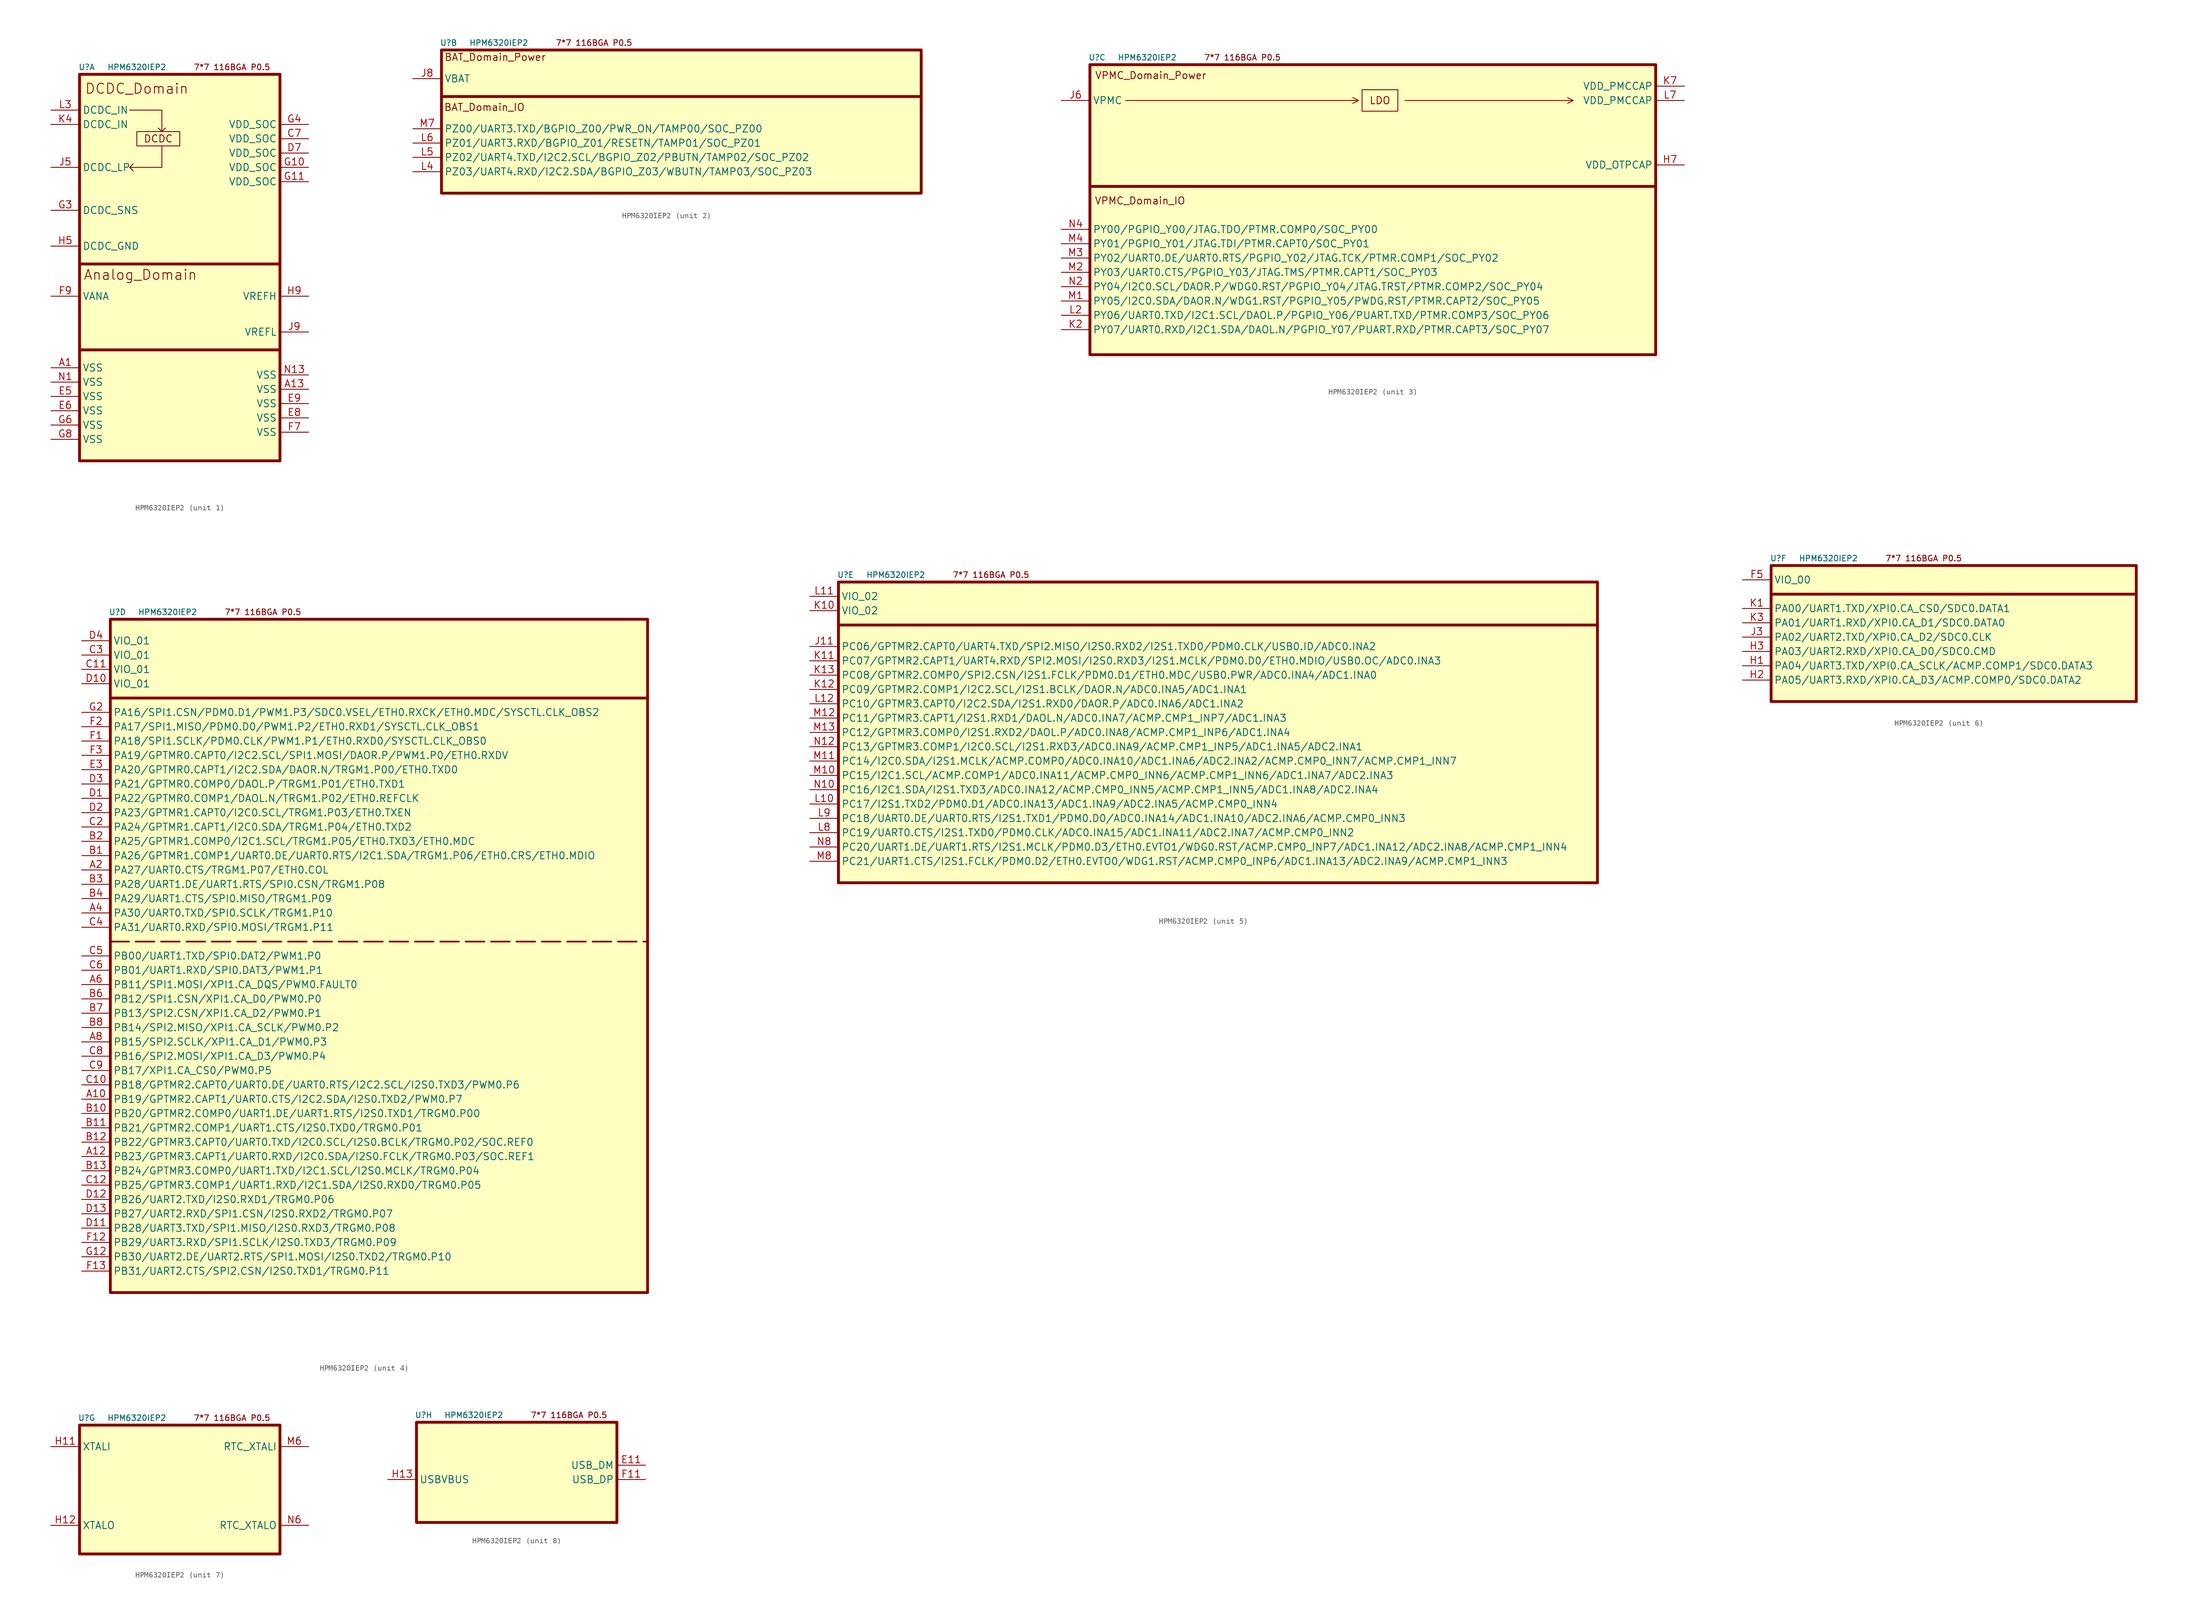
<source format=kicad_sym>
(kicad_symbol_lib
  (version 20220914)
  (generator kicad_symbol_editor)
  (symbol "HPM6320IEP2"
    (property "Reference" "U"
      (at 1.27 1.27 0)
      (effects (font (size 1 1))))
    (property "Value" "HPM6320IEP2"
      (at 10.16 1.27 0)
      (effects (font (size 1 1))))
    (property "ki_locked" ""
      (at 0 0 0)
      (effects (font (size 1.27 1.27))))
    (symbol "HPM6320IEP2_0_0"
      (text " 7*7 116BGA P0.5" (at 26.67 1.27 0) (effects (font (size 1.016 1.016)))))
    (symbol "HPM6320IEP2_1_1"
      (polyline (pts (xy 0 -48.895) (xy 35.56 -48.895)) (stroke (width 0.508) (type default)) (fill (type none)))
      (polyline (pts (xy 0 -33.655) (xy 35.56 -33.655) (xy 35.56 -33.655)) (stroke (width 0.508) (type default)) (fill (type none)))
      (polyline (pts (xy 8.89 -6.35) (xy 14.605 -6.35) (xy 14.605 -10.16) (xy 13.97 -9.525) (xy 14.605 -10.16) (xy 15.24 -9.525)) (stroke (width 0) (type default)) (fill (type none)))
      (polyline (pts (xy 14.605 -12.7) (xy 14.605 -16.51) (xy 8.89 -16.51) (xy 9.525 -15.875) (xy 8.89 -16.51) (xy 9.525 -17.145)) (stroke (width 0) (type default)) (fill (type none)))
      (rectangle (start 0 0) (end 35.56 -68.58) (stroke (width 0.508) (type default)) (fill (type background)))
      (rectangle (start 10.16 -10.16) (end 17.78 -12.7) (stroke (width 0) (type default)) (fill (type none)))
      (text "Analog_Domain" (at 10.795 -35.56 0) (effects (font (size 1.778 1.778))))
      (text "DCDC" (at 13.97 -11.43 0) (effects (font (size 1.27 1.27))))
      (text "DCDC_Domain" (at 10.16 -2.54 0) (effects (font (size 1.778 1.778))))
      (pin power_out line (at -5.08 -52.07 0) (length 5.08) (name "VSS" (effects (font (size 1.27 1.27)))) (number "A1" (effects (font (size 1.27 1.27)))))
      (pin power_out line (at 40.64 -55.88 180) (length 5.08) (name "VSS" (effects (font (size 1.27 1.27)))) (number "A13" (effects (font (size 1.27 1.27)))))
      (pin power_in line (at 40.64 -11.43 180) (length 5.08) (name "VDD_SOC" (effects (font (size 1.27 1.27)))) (number "C7" (effects (font (size 1.27 1.27)))))
      (pin power_in line (at 40.64 -13.97 180) (length 5.08) (name "VDD_SOC" (effects (font (size 1.27 1.27)))) (number "D7" (effects (font (size 1.27 1.27)))))
      (pin power_out line (at -5.08 -57.15 0) (length 5.08) (name "VSS" (effects (font (size 1.27 1.27)))) (number "E5" (effects (font (size 1.27 1.27)))))
      (pin power_out line (at -5.08 -59.69 0) (length 5.08) (name "VSS" (effects (font (size 1.27 1.27)))) (number "E6" (effects (font (size 1.27 1.27)))))
      (pin power_out line (at 40.64 -60.96 180) (length 5.08) (name "VSS" (effects (font (size 1.27 1.27)))) (number "E8" (effects (font (size 1.27 1.27)))))
      (pin power_out line (at 40.64 -58.42 180) (length 5.08) (name "VSS" (effects (font (size 1.27 1.27)))) (number "E9" (effects (font (size 1.27 1.27)))))
      (pin power_out line (at 40.64 -63.5 180) (length 5.08) (name "VSS" (effects (font (size 1.27 1.27)))) (number "F7" (effects (font (size 1.27 1.27)))))
      (pin power_in line (at -5.08 -39.37 0) (length 5.08) (name "VANA" (effects (font (size 1.27 1.27)))) (number "F9" (effects (font (size 1.27 1.27)))))
      (pin power_in line (at 40.64 -16.51 180) (length 5.08) (name "VDD_SOC" (effects (font (size 1.27 1.27)))) (number "G10" (effects (font (size 1.27 1.27)))))
      (pin power_in line (at 40.64 -19.05 180) (length 5.08) (name "VDD_SOC" (effects (font (size 1.27 1.27)))) (number "G11" (effects (font (size 1.27 1.27)))))
      (pin input line (at -5.08 -24.13 0) (length 5.08) (name "DCDC_SNS" (effects (font (size 1.27 1.27)))) (number "G3" (effects (font (size 1.27 1.27)))))
      (pin power_in line (at 40.64 -8.89 180) (length 5.08) (name "VDD_SOC" (effects (font (size 1.27 1.27)))) (number "G4" (effects (font (size 1.27 1.27)))))
      (pin power_out line (at -5.08 -62.23 0) (length 5.08) (name "VSS" (effects (font (size 1.27 1.27)))) (number "G6" (effects (font (size 1.27 1.27)))))
      (pin power_out line (at -5.08 -64.77 0) (length 5.08) (name "VSS" (effects (font (size 1.27 1.27)))) (number "G8" (effects (font (size 1.27 1.27)))))
      (pin power_out line (at -5.08 -30.48 0) (length 5.08) (name "DCDC_GND" (effects (font (size 1.27 1.27)))) (number "H5" (effects (font (size 1.27 1.27)))))
      (pin power_in line (at 40.64 -39.37 180) (length 5.08) (name "VREFH" (effects (font (size 1.27 1.27)))) (number "H9" (effects (font (size 1.27 1.27)))))
      (pin power_out line (at -5.08 -16.51 0) (length 5.08) (name "DCDC_LP" (effects (font (size 1.27 1.27)))) (number "J5" (effects (font (size 1.27 1.27)))))
      (pin power_out line (at 40.64 -45.72 180) (length 5.08) (name "VREFL" (effects (font (size 1.27 1.27)))) (number "J9" (effects (font (size 1.27 1.27)))))
      (pin power_in line (at -5.08 -8.89 0) (length 5.08) (name "DCDC_IN" (effects (font (size 1.27 1.27)))) (number "K4" (effects (font (size 1.27 1.27)))))
      (pin power_in line (at -5.08 -6.35 0) (length 5.08) (name "DCDC_IN" (effects (font (size 1.27 1.27)))) (number "L3" (effects (font (size 1.27 1.27)))))
      (pin power_out line (at -5.08 -54.61 0) (length 5.08) (name "VSS" (effects (font (size 1.27 1.27)))) (number "N1" (effects (font (size 1.27 1.27)))))
      (pin power_out line (at 40.64 -53.34 180) (length 5.08) (name "VSS" (effects (font (size 1.27 1.27)))) (number "N13" (effects (font (size 1.27 1.27))))))
    (symbol "HPM6320IEP2_2_0"
      (polyline (pts (xy 0 -8.255) (xy 85.09 -8.255) (xy 74.295 -8.255)) (stroke (width 0.508) (type default)) (fill (type none))))
    (symbol "HPM6320IEP2_2_1"
      (rectangle (start 0 0) (end 85.09 -25.4) (stroke (width 0.508) (type default)) (fill (type background)))
      (text "BAT_Domain_IO" (at 7.62 -10.16 0) (effects (font (size 1.27 1.27))))
      (text "BAT_Domain_Power" (at 9.525 -1.27 0) (effects (font (size 1.27 1.27))))
      (pin power_in line (at -5.08 -5.08 0) (length 5.08) (name "VBAT" (effects (font (size 1.27 1.27)))) (number "J8" (effects (font (size 1.27 1.27)))))
      (pin bidirectional line (at -5.08 -21.59 0) (length 5.08) (name "PZ03/UART4.RXD/I2C2.SDA/BGPIO_Z03/WBUTN/TAMP03/SOC_PZ03" (effects (font (size 1.27 1.27)))) (number "L4" (effects (font (size 1.27 1.27)))))
      (pin bidirectional line (at -5.08 -19.05 0) (length 5.08) (name "PZ02/UART4.TXD/I2C2.SCL/BGPIO_Z02/PBUTN/TAMP02/SOC_PZ02" (effects (font (size 1.27 1.27)))) (number "L5" (effects (font (size 1.27 1.27)))))
      (pin bidirectional line (at -5.08 -16.51 0) (length 5.08) (name "PZ01/UART3.RXD/BGPIO_Z01/RESETN/TAMP01/SOC_PZ01" (effects (font (size 1.27 1.27)))) (number "L6" (effects (font (size 1.27 1.27)))))
      (pin bidirectional line (at -5.08 -13.97 0) (length 5.08) (name "PZ00/UART3.TXD/BGPIO_Z00/PWR_ON/TAMP00/SOC_PZ00" (effects (font (size 1.27 1.27)))) (number "M7" (effects (font (size 1.27 1.27))))))
    (symbol "HPM6320IEP2_3_0"
      (polyline (pts (xy 0 -21.59) (xy 100.33 -21.59) (xy 57.785 -21.59)) (stroke (width 0.508) (type default)) (fill (type none)))
      (polyline (pts (xy 6.35 -6.35) (xy 47.625 -6.35) (xy 46.609 -5.842) (xy 47.625 -6.35) (xy 46.609 -6.858)) (stroke (width 0) (type default)) (fill (type none)))
      (polyline (pts (xy 55.88 -6.35) (xy 85.725 -6.35) (xy 84.709 -5.842) (xy 85.725 -6.35) (xy 84.709 -6.858)) (stroke (width 0) (type default)) (fill (type none))))
    (symbol "HPM6320IEP2_3_1"
      (rectangle (start 0 0) (end 100.33 -51.435) (stroke (width 0.508) (type default)) (fill (type background)))
      (rectangle (start 48.26 -4.445) (end 54.61 -8.255) (stroke (width 0) (type default)) (fill (type none)))
      (text "LDO" (at 51.435 -6.35 0) (effects (font (size 1.27 1.27))))
      (text "VPMC_Domain_IO" (at 8.89 -24.13 0) (effects (font (size 1.27 1.27))))
      (text "VPMC_Domain_Power" (at 10.795 -1.905 0) (effects (font (size 1.27 1.27))))
      (pin power_out line (at 105.41 -17.78 180) (length 5.08) (name "VDD_OTPCAP" (effects (font (size 1.27 1.27)))) (number "H7" (effects (font (size 1.27 1.27)))))
      (pin power_in line (at -5.08 -6.35 0) (length 5.08) (name "VPMC" (effects (font (size 1.27 1.27)))) (number "J6" (effects (font (size 1.27 1.27)))))
      (pin bidirectional line (at -5.08 -46.99 0) (length 5.08) (name "PY07/UART0.RXD/I2C1.SDA/DAOL.N/PGPIO_Y07/PUART.RXD/PTMR.CAPT3/SOC_PY07" (effects (font (size 1.27 1.27)))) (number "K2" (effects (font (size 1.27 1.27)))))
      (pin power_out line (at 105.41 -3.81 180) (length 5.08) (name "VDD_PMCCAP" (effects (font (size 1.27 1.27)))) (number "K7" (effects (font (size 1.27 1.27)))))
      (pin bidirectional line (at -5.08 -44.45 0) (length 5.08) (name "PY06/UART0.TXD/I2C1.SCL/DAOL.P/PGPIO_Y06/PUART.TXD/PTMR.COMP3/SOC_PY06" (effects (font (size 1.27 1.27)))) (number "L2" (effects (font (size 1.27 1.27)))))
      (pin power_out line (at 105.41 -6.35 180) (length 5.08) (name "VDD_PMCCAP" (effects (font (size 1.27 1.27)))) (number "L7" (effects (font (size 1.27 1.27)))))
      (pin bidirectional line (at -5.08 -41.91 0) (length 5.08) (name "PY05/I2C0.SDA/DAOR.N/WDG1.RST/PGPIO_Y05/PWDG.RST/PTMR.CAPT2/SOC_PY05" (effects (font (size 1.27 1.27)))) (number "M1" (effects (font (size 1.27 1.27)))))
      (pin bidirectional line (at -5.08 -36.83 0) (length 5.08) (name "PY03/UART0.CTS/PGPIO_Y03/JTAG.TMS/PTMR.CAPT1/SOC_PY03" (effects (font (size 1.27 1.27)))) (number "M2" (effects (font (size 1.27 1.27)))))
      (pin bidirectional line (at -5.08 -34.29 0) (length 5.08) (name "PY02/UART0.DE/UART0.RTS/PGPIO_Y02/JTAG.TCK/PTMR.COMP1/SOC_PY02" (effects (font (size 1.27 1.27)))) (number "M3" (effects (font (size 1.27 1.27)))))
      (pin bidirectional line (at -5.08 -31.75 0) (length 5.08) (name "PY01/PGPIO_Y01/JTAG.TDI/PTMR.CAPT0/SOC_PY01" (effects (font (size 1.27 1.27)))) (number "M4" (effects (font (size 1.27 1.27)))))
      (pin bidirectional line (at -5.08 -39.37 0) (length 5.08) (name "PY04/I2C0.SCL/DAOR.P/WDG0.RST/PGPIO_Y04/JTAG.TRST/PTMR.COMP2/SOC_PY04" (effects (font (size 1.27 1.27)))) (number "N2" (effects (font (size 1.27 1.27)))))
      (pin bidirectional line (at -5.08 -29.21 0) (length 5.08) (name "PY00/PGPIO_Y00/JTAG.TDO/PTMR.COMP0/SOC_PY00" (effects (font (size 1.27 1.27)))) (number "N4" (effects (font (size 1.27 1.27))))))
    (symbol "HPM6320IEP2_4_1"
      (polyline (pts (xy 0 -57.15) (xy 95.25 -57.15)) (stroke (width 0.3) (type dash)) (fill (type none)))
      (polyline (pts (xy 0 -13.97) (xy 95.25 -13.97)) (stroke (width 0.5) (type default)) (fill (type none)))
      (rectangle (start 0 0) (end 95.25 -119.38) (stroke (width 0.5) (type default)) (fill (type background)))
      (pin bidirectional line (at -5.08 -85.09 0) (length 5.08) (name "PB19/GPTMR2.CAPT1/UART0.CTS/I2C2.SDA/I2S0.TXD2/PWM0.P7" (effects (font (size 1.27 1.27)))) (number "A10" (effects (font (size 1.27 1.27)))))
      (pin bidirectional line (at -5.08 -95.25 0) (length 5.08) (name "PB23/GPTMR3.CAPT1/UART0.RXD/I2C0.SDA/I2S0.FCLK/TRGM0.P03/SOC.REF1" (effects (font (size 1.27 1.27)))) (number "A12" (effects (font (size 1.27 1.27)))))
      (pin bidirectional line (at -5.08 -44.45 0) (length 5.08) (name "PA27/UART0.CTS/TRGM1.P07/ETH0.COL" (effects (font (size 1.27 1.27)))) (number "A2" (effects (font (size 1.27 1.27)))))
      (pin bidirectional line (at -5.08 -52.07 0) (length 5.08) (name "PA30/UART0.TXD/SPI0.SCLK/TRGM1.P10" (effects (font (size 1.27 1.27)))) (number "A4" (effects (font (size 1.27 1.27)))))
      (pin bidirectional line (at -5.08 -64.77 0) (length 5.08) (name "PB11/SPI1.MOSI/XPI1.CA_DQS/PWM0.FAULT0" (effects (font (size 1.27 1.27)))) (number "A6" (effects (font (size 1.27 1.27)))))
      (pin bidirectional line (at -5.08 -74.93 0) (length 5.08) (name "PB15/SPI2.SCLK/XPI1.CA_D1/PWM0.P3" (effects (font (size 1.27 1.27)))) (number "A8" (effects (font (size 1.27 1.27)))))
      (pin bidirectional line (at -5.08 -41.91 0) (length 5.08) (name "PA26/GPTMR1.COMP1/UART0.DE/UART0.RTS/I2C1.SDA/TRGM1.P06/ETH0.CRS/ETH0.MDIO" (effects (font (size 1.27 1.27)))) (number "B1" (effects (font (size 1.27 1.27)))))
      (pin bidirectional line (at -5.08 -87.63 0) (length 5.08) (name "PB20/GPTMR2.COMP0/UART1.DE/UART1.RTS/I2S0.TXD1/TRGM0.P00" (effects (font (size 1.27 1.27)))) (number "B10" (effects (font (size 1.27 1.27)))))
      (pin bidirectional line (at -5.08 -90.17 0) (length 5.08) (name "PB21/GPTMR2.COMP1/UART1.CTS/I2S0.TXD0/TRGM0.P01" (effects (font (size 1.27 1.27)))) (number "B11" (effects (font (size 1.27 1.27)))))
      (pin bidirectional line (at -5.08 -92.71 0) (length 5.08) (name "PB22/GPTMR3.CAPT0/UART0.TXD/I2C0.SCL/I2S0.BCLK/TRGM0.P02/SOC.REF0" (effects (font (size 1.27 1.27)))) (number "B12" (effects (font (size 1.27 1.27)))))
      (pin bidirectional line (at -5.08 -97.79 0) (length 5.08) (name "PB24/GPTMR3.COMP0/UART1.TXD/I2C1.SCL/I2S0.MCLK/TRGM0.P04" (effects (font (size 1.27 1.27)))) (number "B13" (effects (font (size 1.27 1.27)))))
      (pin bidirectional line (at -5.08 -39.37 0) (length 5.08) (name "PA25/GPTMR1.COMP0/I2C1.SCL/TRGM1.P05/ETH0.TXD3/ETH0.MDC" (effects (font (size 1.27 1.27)))) (number "B2" (effects (font (size 1.27 1.27)))))
      (pin bidirectional line (at -5.08 -46.99 0) (length 5.08) (name "PA28/UART1.DE/UART1.RTS/SPI0.CSN/TRGM1.P08" (effects (font (size 1.27 1.27)))) (number "B3" (effects (font (size 1.27 1.27)))))
      (pin bidirectional line (at -5.08 -49.53 0) (length 5.08) (name "PA29/UART1.CTS/SPI0.MISO/TRGM1.P09" (effects (font (size 1.27 1.27)))) (number "B4" (effects (font (size 1.27 1.27)))))
      (pin bidirectional line (at -5.08 -67.31 0) (length 5.08) (name "PB12/SPI1.CSN/XPI1.CA_D0/PWM0.P0" (effects (font (size 1.27 1.27)))) (number "B6" (effects (font (size 1.27 1.27)))))
      (pin bidirectional line (at -5.08 -69.85 0) (length 5.08) (name "PB13/SPI2.CSN/XPI1.CA_D2/PWM0.P1" (effects (font (size 1.27 1.27)))) (number "B7" (effects (font (size 1.27 1.27)))))
      (pin bidirectional line (at -5.08 -72.39 0) (length 5.08) (name "PB14/SPI2.MISO/XPI1.CA_SCLK/PWM0.P2" (effects (font (size 1.27 1.27)))) (number "B8" (effects (font (size 1.27 1.27)))))
      (pin bidirectional line (at -5.08 -82.55 0) (length 5.08) (name "PB18/GPTMR2.CAPT0/UART0.DE/UART0.RTS/I2C2.SCL/I2S0.TXD3/PWM0.P6" (effects (font (size 1.27 1.27)))) (number "C10" (effects (font (size 1.27 1.27)))))
      (pin power_in line (at -5.08 -8.89 0) (length 5.08) (name "VIO_01" (effects (font (size 1.27 1.27)))) (number "C11" (effects (font (size 1.27 1.27)))))
      (pin bidirectional line (at -5.08 -100.33 0) (length 5.08) (name "PB25/GPTMR3.COMP1/UART1.RXD/I2C1.SDA/I2S0.RXD0/TRGM0.P05" (effects (font (size 1.27 1.27)))) (number "C12" (effects (font (size 1.27 1.27)))))
      (pin bidirectional line (at -5.08 -36.83 0) (length 5.08) (name "PA24/GPTMR1.CAPT1/I2C0.SDA/TRGM1.P04/ETH0.TXD2" (effects (font (size 1.27 1.27)))) (number "C2" (effects (font (size 1.27 1.27)))))
      (pin power_in line (at -5.08 -6.35 0) (length 5.08) (name "VIO_01" (effects (font (size 1.27 1.27)))) (number "C3" (effects (font (size 1.27 1.27)))))
      (pin bidirectional line (at -5.08 -54.61 0) (length 5.08) (name "PA31/UART0.RXD/SPI0.MOSI/TRGM1.P11" (effects (font (size 1.27 1.27)))) (number "C4" (effects (font (size 1.27 1.27)))))
      (pin bidirectional line (at -5.08 -59.69 0) (length 5.08) (name "PB00/UART1.TXD/SPI0.DAT2/PWM1.P0" (effects (font (size 1.27 1.27)))) (number "C5" (effects (font (size 1.27 1.27)))))
      (pin bidirectional line (at -5.08 -62.23 0) (length 5.08) (name "PB01/UART1.RXD/SPI0.DAT3/PWM1.P1" (effects (font (size 1.27 1.27)))) (number "C6" (effects (font (size 1.27 1.27)))))
      (pin bidirectional line (at -5.08 -77.47 0) (length 5.08) (name "PB16/SPI2.MOSI/XPI1.CA_D3/PWM0.P4" (effects (font (size 1.27 1.27)))) (number "C8" (effects (font (size 1.27 1.27)))))
      (pin bidirectional line (at -5.08 -80.01 0) (length 5.08) (name "PB17/XPI1.CA_CS0/PWM0.P5" (effects (font (size 1.27 1.27)))) (number "C9" (effects (font (size 1.27 1.27)))))
      (pin bidirectional line (at -5.08 -31.75 0) (length 5.08) (name "PA22/GPTMR0.COMP1/DAOL.N/TRGM1.P02/ETH0.REFCLK" (effects (font (size 1.27 1.27)))) (number "D1" (effects (font (size 1.27 1.27)))))
      (pin power_in line (at -5.08 -11.43 0) (length 5.08) (name "VIO_01" (effects (font (size 1.27 1.27)))) (number "D10" (effects (font (size 1.27 1.27)))))
      (pin bidirectional line (at -5.08 -107.95 0) (length 5.08) (name "PB28/UART3.TXD/SPI1.MISO/I2S0.RXD3/TRGM0.P08" (effects (font (size 1.27 1.27)))) (number "D11" (effects (font (size 1.27 1.27)))))
      (pin bidirectional line (at -5.08 -102.87 0) (length 5.08) (name "PB26/UART2.TXD/I2S0.RXD1/TRGM0.P06" (effects (font (size 1.27 1.27)))) (number "D12" (effects (font (size 1.27 1.27)))))
      (pin bidirectional line (at -5.08 -105.41 0) (length 5.08) (name "PB27/UART2.RXD/SPI1.CSN/I2S0.RXD2/TRGM0.P07" (effects (font (size 1.27 1.27)))) (number "D13" (effects (font (size 1.27 1.27)))))
      (pin bidirectional line (at -5.08 -34.29 0) (length 5.08) (name "PA23/GPTMR1.CAPT0/I2C0.SCL/TRGM1.P03/ETH0.TXEN" (effects (font (size 1.27 1.27)))) (number "D2" (effects (font (size 1.27 1.27)))))
      (pin bidirectional line (at -5.08 -29.21 0) (length 5.08) (name "PA21/GPTMR0.COMP0/DAOL.P/TRGM1.P01/ETH0.TXD1" (effects (font (size 1.27 1.27)))) (number "D3" (effects (font (size 1.27 1.27)))))
      (pin power_in line (at -5.08 -3.81 0) (length 5.08) (name "VIO_01" (effects (font (size 1.27 1.27)))) (number "D4" (effects (font (size 1.27 1.27)))))
      (pin bidirectional line (at -5.08 -26.67 0) (length 5.08) (name "PA20/GPTMR0.CAPT1/I2C2.SDA/DAOR.N/TRGM1.P00/ETH0.TXD0" (effects (font (size 1.27 1.27)))) (number "E3" (effects (font (size 1.27 1.27)))))
      (pin bidirectional line (at -5.08 -21.59 0) (length 5.08) (name "PA18/SPI1.SCLK/PDM0.CLK/PWM1.P1/ETH0.RXD0/SYSCTL.CLK_OBS0" (effects (font (size 1.27 1.27)))) (number "F1" (effects (font (size 1.27 1.27)))))
      (pin bidirectional line (at -5.08 -110.49 0) (length 5.08) (name "PB29/UART3.RXD/SPI1.SCLK/I2S0.TXD3/TRGM0.P09" (effects (font (size 1.27 1.27)))) (number "F12" (effects (font (size 1.27 1.27)))))
      (pin bidirectional line (at -5.08 -115.57 0) (length 5.08) (name "PB31/UART2.CTS/SPI2.CSN/I2S0.TXD1/TRGM0.P11" (effects (font (size 1.27 1.27)))) (number "F13" (effects (font (size 1.27 1.27)))))
      (pin bidirectional line (at -5.08 -19.05 0) (length 5.08) (name "PA17/SPI1.MISO/PDM0.D0/PWM1.P2/ETH0.RXD1/SYSCTL.CLK_OBS1" (effects (font (size 1.27 1.27)))) (number "F2" (effects (font (size 1.27 1.27)))))
      (pin bidirectional line (at -5.08 -24.13 0) (length 5.08) (name "PA19/GPTMR0.CAPT0/I2C2.SCL/SPI1.MOSI/DAOR.P/PWM1.P0/ETH0.RXDV" (effects (font (size 1.27 1.27)))) (number "F3" (effects (font (size 1.27 1.27)))))
      (pin bidirectional line (at -5.08 -113.03 0) (length 5.08) (name "PB30/UART2.DE/UART2.RTS/SPI1.MOSI/I2S0.TXD2/TRGM0.P10" (effects (font (size 1.27 1.27)))) (number "G12" (effects (font (size 1.27 1.27)))))
      (pin bidirectional line (at -5.08 -16.51 0) (length 5.08) (name "PA16/SPI1.CSN/PDM0.D1/PWM1.P3/SDC0.VSEL/ETH0.RXCK/ETH0.MDC/SYSCTL.CLK_OBS2" (effects (font (size 1.27 1.27)))) (number "G2" (effects (font (size 1.27 1.27))))))
    (symbol "HPM6320IEP2_5_1"
      (polyline (pts (xy 0 -7.62) (xy 134.62 -7.62)) (stroke (width 0.5) (type default)) (fill (type none)))
      (rectangle (start 0 0) (end 134.62 -53.34) (stroke (width 0.508) (type default)) (fill (type background)))
      (pin bidirectional line (at -5.08 -11.43 0) (length 5.08) (name "PC06/GPTMR2.CAPT0/UART4.TXD/SPI2.MISO/I2S0.RXD2/I2S1.TXD0/PDM0.CLK/USB0.ID/ADC0.INA2" (effects (font (size 1.27 1.27)))) (number "J11" (effects (font (size 1.27 1.27)))))
      (pin power_in line (at -5.08 -5.08 0) (length 5.08) (name "VIO_02" (effects (font (size 1.27 1.27)))) (number "K10" (effects (font (size 1.27 1.27)))))
      (pin bidirectional line (at -5.08 -13.97 0) (length 5.08) (name "PC07/GPTMR2.CAPT1/UART4.RXD/SPI2.MOSI/I2S0.RXD3/I2S1.MCLK/PDM0.D0/ETH0.MDIO/USB0.OC/ADC0.INA3" (effects (font (size 1.27 1.27)))) (number "K11" (effects (font (size 1.27 1.27)))))
      (pin bidirectional line (at -5.08 -19.05 0) (length 5.08) (name "PC09/GPTMR2.COMP1/I2C2.SCL/I2S1.BCLK/DAOR.N/ADC0.INA5/ADC1.INA1" (effects (font (size 1.27 1.27)))) (number "K12" (effects (font (size 1.27 1.27)))))
      (pin bidirectional line (at -5.08 -16.51 0) (length 5.08) (name "PC08/GPTMR2.COMP0/SPI2.CSN/I2S1.FCLK/PDM0.D1/ETH0.MDC/USB0.PWR/ADC0.INA4/ADC1.INA0" (effects (font (size 1.27 1.27)))) (number "K13" (effects (font (size 1.27 1.27)))))
      (pin bidirectional line (at -5.08 -39.37 0) (length 5.08) (name "PC17/I2S1.TXD2/PDM0.D1/ADC0.INA13/ADC1.INA9/ADC2.INA5/ACMP.CMP0_INN4" (effects (font (size 1.27 1.27)))) (number "L10" (effects (font (size 1.27 1.27)))))
      (pin power_in line (at -5.08 -2.54 0) (length 5.08) (name "VIO_02" (effects (font (size 1.27 1.27)))) (number "L11" (effects (font (size 1.27 1.27)))))
      (pin bidirectional line (at -5.08 -21.59 0) (length 5.08) (name "PC10/GPTMR3.CAPT0/I2C2.SDA/I2S1.RXD0/DAOR.P/ADC0.INA6/ADC1.INA2" (effects (font (size 1.27 1.27)))) (number "L12" (effects (font (size 1.27 1.27)))))
      (pin bidirectional line (at -5.08 -44.45 0) (length 5.08) (name "PC19/UART0.CTS/I2S1.TXD0/PDM0.CLK/ADC0.INA15/ADC1.INA11/ADC2.INA7/ACMP.CMP0_INN2" (effects (font (size 1.27 1.27)))) (number "L8" (effects (font (size 1.27 1.27)))))
      (pin bidirectional line (at -5.08 -41.91 0) (length 5.08) (name "PC18/UART0.DE/UART0.RTS/I2S1.TXD1/PDM0.D0/ADC0.INA14/ADC1.INA10/ADC2.INA6/ACMP.CMP0_INN3" (effects (font (size 1.27 1.27)))) (number "L9" (effects (font (size 1.27 1.27)))))
      (pin bidirectional line (at -5.08 -34.29 0) (length 5.08) (name "PC15/I2C1.SCL/ACMP.COMP1/ADC0.INA11/ACMP.CMP0_INN6/ACMP.CMP1_INN6/ADC1.INA7/ADC2.INA3" (effects (font (size 1.27 1.27)))) (number "M10" (effects (font (size 1.27 1.27)))))
      (pin bidirectional line (at -5.08 -31.75 0) (length 5.08) (name "PC14/I2C0.SDA/I2S1.MCLK/ACMP.COMP0/ADC0.INA10/ADC1.INA6/ADC2.INA2/ACMP.CMP0_INN7/ACMP.CMP1_INN7" (effects (font (size 1.27 1.27)))) (number "M11" (effects (font (size 1.27 1.27)))))
      (pin bidirectional line (at -5.08 -24.13 0) (length 5.08) (name "PC11/GPTMR3.CAPT1/I2S1.RXD1/DAOL.N/ADC0.INA7/ACMP.CMP1_INP7/ADC1.INA3" (effects (font (size 1.27 1.27)))) (number "M12" (effects (font (size 1.27 1.27)))))
      (pin bidirectional line (at -5.08 -26.67 0) (length 5.08) (name "PC12/GPTMR3.COMP0/I2S1.RXD2/DAOL.P/ADC0.INA8/ACMP.CMP1_INP6/ADC1.INA4" (effects (font (size 1.27 1.27)))) (number "M13" (effects (font (size 1.27 1.27)))))
      (pin bidirectional line (at -5.08 -49.53 0) (length 5.08) (name "PC21/UART1.CTS/I2S1.FCLK/PDM0.D2/ETH0.EVTO0/WDG1.RST/ACMP.CMP0_INP6/ADC1.INA13/ADC2.INA9/ACMP.CMP1_INN3" (effects (font (size 1.27 1.27)))) (number "M8" (effects (font (size 1.27 1.27)))))
      (pin bidirectional line (at -5.08 -36.83 0) (length 5.08) (name "PC16/I2C1.SDA/I2S1.TXD3/ADC0.INA12/ACMP.CMP0_INN5/ACMP.CMP1_INN5/ADC1.INA8/ADC2.INA4" (effects (font (size 1.27 1.27)))) (number "N10" (effects (font (size 1.27 1.27)))))
      (pin bidirectional line (at -5.08 -29.21 0) (length 5.08) (name "PC13/GPTMR3.COMP1/I2C0.SCL/I2S1.RXD3/ADC0.INA9/ACMP.CMP1_INP5/ADC1.INA5/ADC2.INA1" (effects (font (size 1.27 1.27)))) (number "N12" (effects (font (size 1.27 1.27)))))
      (pin bidirectional line (at -5.08 -46.99 0) (length 5.08) (name "PC20/UART1.DE/UART1.RTS/I2S1.MCLK/PDM0.D3/ETH0.EVTO1/WDG0.RST/ACMP.CMP0_INP7/ADC1.INA12/ADC2.INA8/ACMP.CMP1_INN4" (effects (font (size 1.27 1.27)))) (number "N8" (effects (font (size 1.27 1.27))))))
    (symbol "HPM6320IEP2_6_1"
      (polyline (pts (xy 0 -5.08) (xy 64.77 -5.08)) (stroke (width 0.5) (type default)) (fill (type none)))
      (rectangle (start 0 0) (end 64.77 -24.13) (stroke (width 0.5) (type default)) (fill (type background)))
      (pin power_in line (at -5.08 -2.54 0) (length 5.08) (name "VIO_00" (effects (font (size 1.27 1.27)))) (number "F5" (effects (font (size 1.27 1.27)))))
      (pin bidirectional line (at -5.08 -17.78 0) (length 5.08) (name "PA04/UART3.TXD/XPI0.CA_SCLK/ACMP.COMP1/SDC0.DATA3" (effects (font (size 1.27 1.27)))) (number "H1" (effects (font (size 1.27 1.27)))))
      (pin bidirectional line (at -5.08 -20.32 0) (length 5.08) (name "PA05/UART3.RXD/XPI0.CA_D3/ACMP.COMP0/SDC0.DATA2" (effects (font (size 1.27 1.27)))) (number "H2" (effects (font (size 1.27 1.27)))))
      (pin bidirectional line (at -5.08 -15.24 0) (length 5.08) (name "PA03/UART2.RXD/XPI0.CA_D0/SDC0.CMD" (effects (font (size 1.27 1.27)))) (number "H3" (effects (font (size 1.27 1.27)))))
      (pin bidirectional line (at -5.08 -12.7 0) (length 5.08) (name "PA02/UART2.TXD/XPI0.CA_D2/SDC0.CLK" (effects (font (size 1.27 1.27)))) (number "J3" (effects (font (size 1.27 1.27)))))
      (pin bidirectional line (at -5.08 -7.62 0) (length 5.08) (name "PA00/UART1.TXD/XPI0.CA_CS0/SDC0.DATA1" (effects (font (size 1.27 1.27)))) (number "K1" (effects (font (size 1.27 1.27)))))
      (pin bidirectional line (at -5.08 -10.16 0) (length 5.08) (name "PA01/UART1.RXD/XPI0.CA_D1/SDC0.DATA0" (effects (font (size 1.27 1.27)))) (number "K3" (effects (font (size 1.27 1.27))))))
    (symbol "HPM6320IEP2_7_1"
      (rectangle (start 0 0) (end 35.56 -22.86) (stroke (width 0.508) (type default)) (fill (type background)))
      (pin input line (at -5.08 -3.81 0) (length 5.08) (name "XTALI" (effects (font (size 1.27 1.27)))) (number "H11" (effects (font (size 1.27 1.27)))))
      (pin output line (at -5.08 -17.78 0) (length 5.08) (name "XTALO" (effects (font (size 1.27 1.27)))) (number "H12" (effects (font (size 1.27 1.27)))))
      (pin input line (at 40.64 -3.81 180) (length 5.08) (name "RTC_XTALI" (effects (font (size 1.27 1.27)))) (number "M6" (effects (font (size 1.27 1.27)))))
      (pin input line (at 40.64 -17.78 180) (length 5.08) (name "RTC_XTALO" (effects (font (size 1.27 1.27)))) (number "N6" (effects (font (size 1.27 1.27))))))
    (symbol "HPM6320IEP2_8_1"
      (rectangle (start 0 0) (end 35.56 -17.78) (stroke (width 0.508) (type default)) (fill (type background)))
      (pin bidirectional line (at 40.64 -7.62 180) (length 5.08) (name "USB_DM" (effects (font (size 1.27 1.27)))) (number "E11" (effects (font (size 1.27 1.27)))))
      (pin bidirectional line (at 40.64 -10.16 180) (length 5.08) (name "USB_DP" (effects (font (size 1.27 1.27)))) (number "F11" (effects (font (size 1.27 1.27)))))
      (pin power_in line (at -5.08 -10.16 0) (length 5.08) (name "USBVBUS" (effects (font (size 1.27 1.27)))) (number "H13" (effects (font (size 1.27 1.27))))))))
</source>
